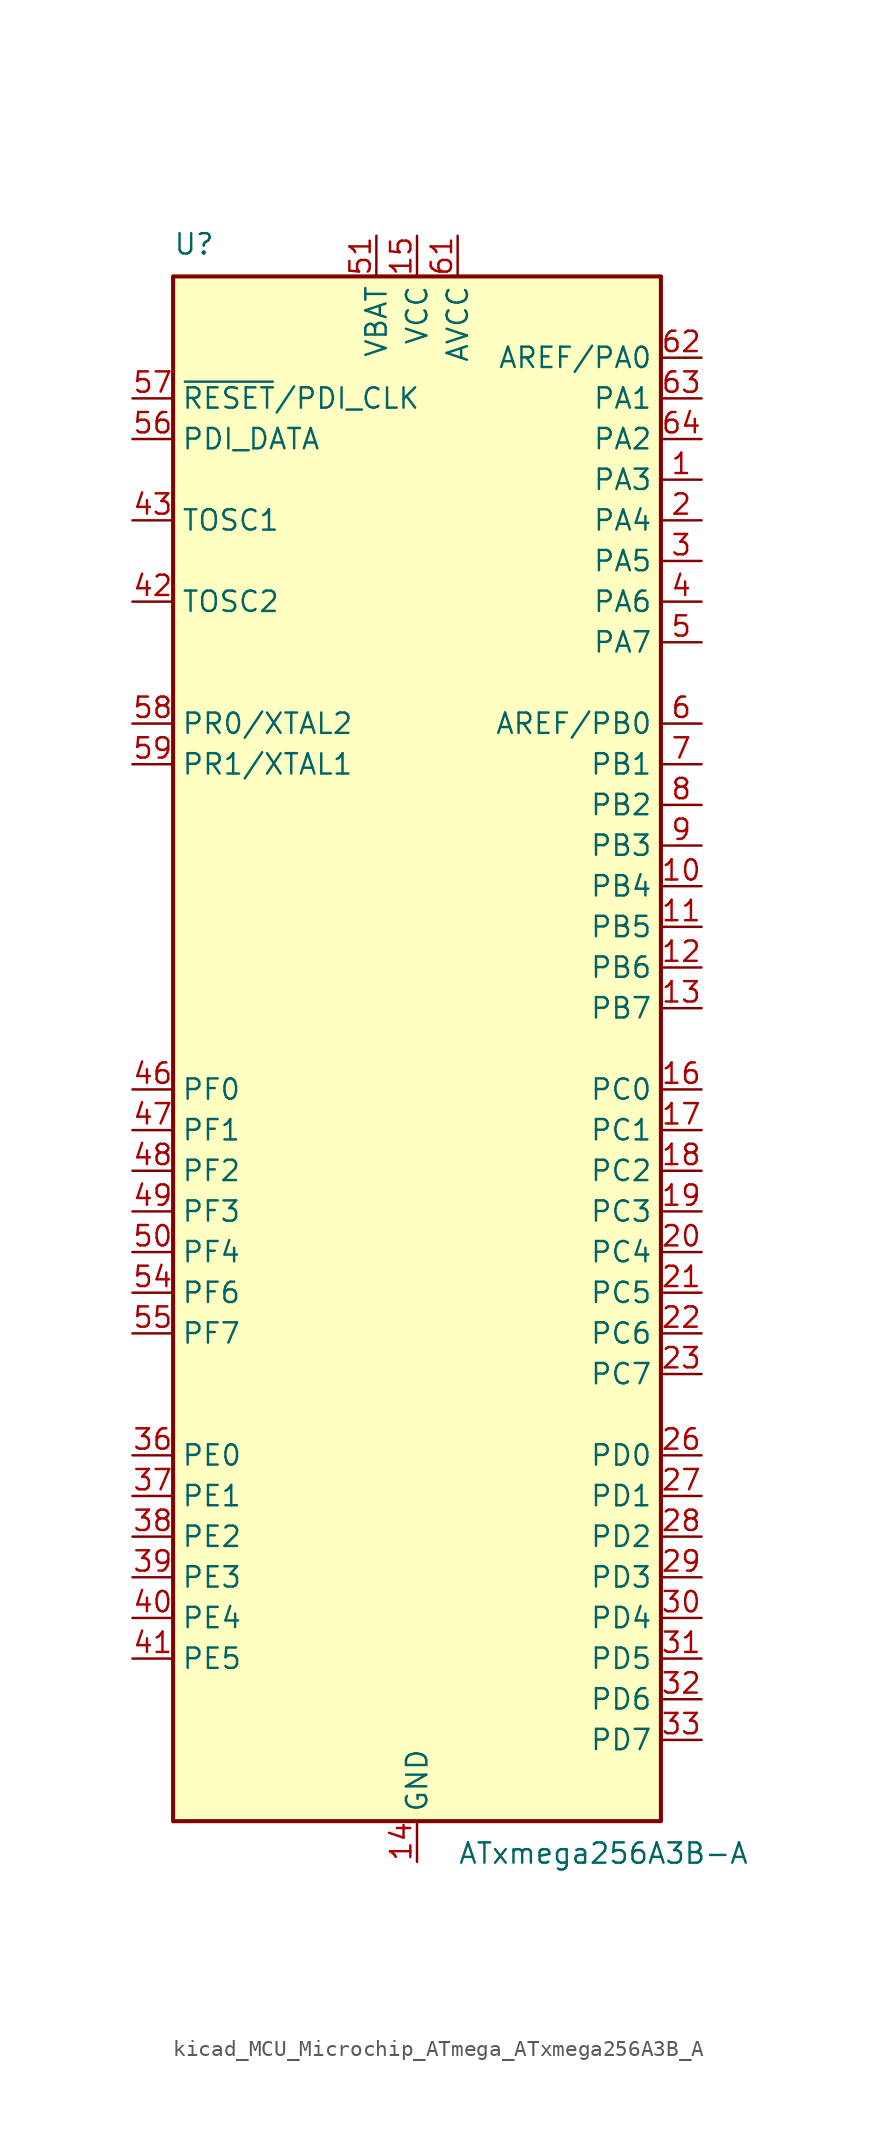
<source format=kicad_sym>
(kicad_symbol_lib
  (version 20220914)
  (generator kicad_symbol_editor)
  (symbol "kicad_MCU_Microchip_ATmega_ATxmega256A3B_A"
    (property "Reference" "U"
      (at -15.24 49.53 0)
      (effects (font (size 1.27 1.27)) (justify left bottom)))
    (property "Value" "ATxmega256A3B-A"
      (at 2.54 -49.53 0)
      (effects (font (size 1.27 1.27)) (justify left top)))
    (symbol "kicad_MCU_Microchip_ATmega_ATxmega256A3B_A_0_1"
      (rectangle (start -15.24 -48.26) (end 15.24 48.26) (stroke (width 0.254) (type default)) (fill (type background))))
    (symbol "kicad_MCU_Microchip_ATmega_ATxmega256A3B_A_1_1"
      (pin bidirectional line (at 17.78 35.56 180) (length 2.54) (name "PA3" (effects (font (size 1.27 1.27)))) (number "1" (effects (font (size 1.27 1.27)))))
      (pin bidirectional line (at 17.78 10.16 180) (length 2.54) (name "PB4" (effects (font (size 1.27 1.27)))) (number "10" (effects (font (size 1.27 1.27)))))
      (pin bidirectional line (at 17.78 7.62 180) (length 2.54) (name "PB5" (effects (font (size 1.27 1.27)))) (number "11" (effects (font (size 1.27 1.27)))))
      (pin bidirectional line (at 17.78 5.08 180) (length 2.54) (name "PB6" (effects (font (size 1.27 1.27)))) (number "12" (effects (font (size 1.27 1.27)))))
      (pin bidirectional line (at 17.78 2.54 180) (length 2.54) (name "PB7" (effects (font (size 1.27 1.27)))) (number "13" (effects (font (size 1.27 1.27)))))
      (pin power_in line (at 0 -50.8 90) (length 2.54) (name "GND" (effects (font (size 1.27 1.27)))) (number "14" (effects (font (size 1.27 1.27)))))
      (pin power_in line (at 0 50.8 270) (length 2.54) (name "VCC" (effects (font (size 1.27 1.27)))) (number "15" (effects (font (size 1.27 1.27)))))
      (pin bidirectional line (at 17.78 -2.54 180) (length 2.54) (name "PC0" (effects (font (size 1.27 1.27)))) (number "16" (effects (font (size 1.27 1.27)))))
      (pin bidirectional line (at 17.78 -5.08 180) (length 2.54) (name "PC1" (effects (font (size 1.27 1.27)))) (number "17" (effects (font (size 1.27 1.27)))))
      (pin bidirectional line (at 17.78 -7.62 180) (length 2.54) (name "PC2" (effects (font (size 1.27 1.27)))) (number "18" (effects (font (size 1.27 1.27)))))
      (pin bidirectional line (at 17.78 -10.16 180) (length 2.54) (name "PC3" (effects (font (size 1.27 1.27)))) (number "19" (effects (font (size 1.27 1.27)))))
      (pin bidirectional line (at 17.78 33.02 180) (length 2.54) (name "PA4" (effects (font (size 1.27 1.27)))) (number "2" (effects (font (size 1.27 1.27)))))
      (pin bidirectional line (at 17.78 -12.7 180) (length 2.54) (name "PC4" (effects (font (size 1.27 1.27)))) (number "20" (effects (font (size 1.27 1.27)))))
      (pin bidirectional line (at 17.78 -15.24 180) (length 2.54) (name "PC5" (effects (font (size 1.27 1.27)))) (number "21" (effects (font (size 1.27 1.27)))))
      (pin bidirectional line (at 17.78 -17.78 180) (length 2.54) (name "PC6" (effects (font (size 1.27 1.27)))) (number "22" (effects (font (size 1.27 1.27)))))
      (pin bidirectional line (at 17.78 -20.32 180) (length 2.54) (name "PC7" (effects (font (size 1.27 1.27)))) (number "23" (effects (font (size 1.27 1.27)))))
      (pin passive line (at 0 -50.8 90) (length 2.54) hide (name "GND" (effects (font (size 1.27 1.27)))) (number "24" (effects (font (size 1.27 1.27)))))
      (pin passive line (at 0 50.8 270) (length 2.54) hide (name "VCC" (effects (font (size 1.27 1.27)))) (number "25" (effects (font (size 1.27 1.27)))))
      (pin bidirectional line (at 17.78 -25.4 180) (length 2.54) (name "PD0" (effects (font (size 1.27 1.27)))) (number "26" (effects (font (size 1.27 1.27)))))
      (pin bidirectional line (at 17.78 -27.94 180) (length 2.54) (name "PD1" (effects (font (size 1.27 1.27)))) (number "27" (effects (font (size 1.27 1.27)))))
      (pin bidirectional line (at 17.78 -30.48 180) (length 2.54) (name "PD2" (effects (font (size 1.27 1.27)))) (number "28" (effects (font (size 1.27 1.27)))))
      (pin bidirectional line (at 17.78 -33.02 180) (length 2.54) (name "PD3" (effects (font (size 1.27 1.27)))) (number "29" (effects (font (size 1.27 1.27)))))
      (pin bidirectional line (at 17.78 30.48 180) (length 2.54) (name "PA5" (effects (font (size 1.27 1.27)))) (number "3" (effects (font (size 1.27 1.27)))))
      (pin bidirectional line (at 17.78 -35.56 180) (length 2.54) (name "PD4" (effects (font (size 1.27 1.27)))) (number "30" (effects (font (size 1.27 1.27)))))
      (pin bidirectional line (at 17.78 -38.1 180) (length 2.54) (name "PD5" (effects (font (size 1.27 1.27)))) (number "31" (effects (font (size 1.27 1.27)))))
      (pin bidirectional line (at 17.78 -40.64 180) (length 2.54) (name "PD6" (effects (font (size 1.27 1.27)))) (number "32" (effects (font (size 1.27 1.27)))))
      (pin bidirectional line (at 17.78 -43.18 180) (length 2.54) (name "PD7" (effects (font (size 1.27 1.27)))) (number "33" (effects (font (size 1.27 1.27)))))
      (pin passive line (at 0 -50.8 90) (length 2.54) hide (name "GND" (effects (font (size 1.27 1.27)))) (number "34" (effects (font (size 1.27 1.27)))))
      (pin passive line (at 0 50.8 270) (length 2.54) hide (name "VCC" (effects (font (size 1.27 1.27)))) (number "35" (effects (font (size 1.27 1.27)))))
      (pin bidirectional line (at -17.78 -25.4 0) (length 2.54) (name "PE0" (effects (font (size 1.27 1.27)))) (number "36" (effects (font (size 1.27 1.27)))))
      (pin bidirectional line (at -17.78 -27.94 0) (length 2.54) (name "PE1" (effects (font (size 1.27 1.27)))) (number "37" (effects (font (size 1.27 1.27)))))
      (pin bidirectional line (at -17.78 -30.48 0) (length 2.54) (name "PE2" (effects (font (size 1.27 1.27)))) (number "38" (effects (font (size 1.27 1.27)))))
      (pin bidirectional line (at -17.78 -33.02 0) (length 2.54) (name "PE3" (effects (font (size 1.27 1.27)))) (number "39" (effects (font (size 1.27 1.27)))))
      (pin bidirectional line (at 17.78 27.94 180) (length 2.54) (name "PA6" (effects (font (size 1.27 1.27)))) (number "4" (effects (font (size 1.27 1.27)))))
      (pin bidirectional line (at -17.78 -35.56 0) (length 2.54) (name "PE4" (effects (font (size 1.27 1.27)))) (number "40" (effects (font (size 1.27 1.27)))))
      (pin bidirectional line (at -17.78 -38.1 0) (length 2.54) (name "PE5" (effects (font (size 1.27 1.27)))) (number "41" (effects (font (size 1.27 1.27)))))
      (pin passive line (at -17.78 27.94 0) (length 2.54) (name "TOSC2" (effects (font (size 1.27 1.27)))) (number "42" (effects (font (size 1.27 1.27)))))
      (pin input line (at -17.78 33.02 0) (length 2.54) (name "TOSC1" (effects (font (size 1.27 1.27)))) (number "43" (effects (font (size 1.27 1.27)))))
      (pin passive line (at 0 -50.8 90) (length 2.54) hide (name "GND" (effects (font (size 1.27 1.27)))) (number "44" (effects (font (size 1.27 1.27)))))
      (pin passive line (at 0 50.8 270) (length 2.54) hide (name "VCC" (effects (font (size 1.27 1.27)))) (number "45" (effects (font (size 1.27 1.27)))))
      (pin bidirectional line (at -17.78 -2.54 0) (length 2.54) (name "PF0" (effects (font (size 1.27 1.27)))) (number "46" (effects (font (size 1.27 1.27)))))
      (pin bidirectional line (at -17.78 -5.08 0) (length 2.54) (name "PF1" (effects (font (size 1.27 1.27)))) (number "47" (effects (font (size 1.27 1.27)))))
      (pin bidirectional line (at -17.78 -7.62 0) (length 2.54) (name "PF2" (effects (font (size 1.27 1.27)))) (number "48" (effects (font (size 1.27 1.27)))))
      (pin bidirectional line (at -17.78 -10.16 0) (length 2.54) (name "PF3" (effects (font (size 1.27 1.27)))) (number "49" (effects (font (size 1.27 1.27)))))
      (pin bidirectional line (at 17.78 25.4 180) (length 2.54) (name "PA7" (effects (font (size 1.27 1.27)))) (number "5" (effects (font (size 1.27 1.27)))))
      (pin bidirectional line (at -17.78 -12.7 0) (length 2.54) (name "PF4" (effects (font (size 1.27 1.27)))) (number "50" (effects (font (size 1.27 1.27)))))
      (pin power_in line (at -2.54 50.8 270) (length 2.54) (name "VBAT" (effects (font (size 1.27 1.27)))) (number "51" (effects (font (size 1.27 1.27)))))
      (pin passive line (at 0 -50.8 90) (length 2.54) hide (name "GND" (effects (font (size 1.27 1.27)))) (number "52" (effects (font (size 1.27 1.27)))))
      (pin passive line (at 0 50.8 270) (length 2.54) hide (name "VCC" (effects (font (size 1.27 1.27)))) (number "53" (effects (font (size 1.27 1.27)))))
      (pin bidirectional line (at -17.78 -15.24 0) (length 2.54) (name "PF6" (effects (font (size 1.27 1.27)))) (number "54" (effects (font (size 1.27 1.27)))))
      (pin bidirectional line (at -17.78 -17.78 0) (length 2.54) (name "PF7" (effects (font (size 1.27 1.27)))) (number "55" (effects (font (size 1.27 1.27)))))
      (pin bidirectional line (at -17.78 38.1 0) (length 2.54) (name "PDI_DATA" (effects (font (size 1.27 1.27)))) (number "56" (effects (font (size 1.27 1.27)))))
      (pin input line (at -17.78 40.64 0) (length 2.54) (name "~{RESET}/PDI_CLK" (effects (font (size 1.27 1.27)))) (number "57" (effects (font (size 1.27 1.27)))))
      (pin bidirectional line (at -17.78 20.32 0) (length 2.54) (name "PR0/XTAL2" (effects (font (size 1.27 1.27)))) (number "58" (effects (font (size 1.27 1.27)))))
      (pin bidirectional line (at -17.78 17.78 0) (length 2.54) (name "PR1/XTAL1" (effects (font (size 1.27 1.27)))) (number "59" (effects (font (size 1.27 1.27)))))
      (pin bidirectional line (at 17.78 20.32 180) (length 2.54) (name "AREF/PB0" (effects (font (size 1.27 1.27)))) (number "6" (effects (font (size 1.27 1.27)))))
      (pin passive line (at 0 -50.8 90) (length 2.54) hide (name "GND" (effects (font (size 1.27 1.27)))) (number "60" (effects (font (size 1.27 1.27)))))
      (pin power_in line (at 2.54 50.8 270) (length 2.54) (name "AVCC" (effects (font (size 1.27 1.27)))) (number "61" (effects (font (size 1.27 1.27)))))
      (pin bidirectional line (at 17.78 43.18 180) (length 2.54) (name "AREF/PA0" (effects (font (size 1.27 1.27)))) (number "62" (effects (font (size 1.27 1.27)))))
      (pin bidirectional line (at 17.78 40.64 180) (length 2.54) (name "PA1" (effects (font (size 1.27 1.27)))) (number "63" (effects (font (size 1.27 1.27)))))
      (pin bidirectional line (at 17.78 38.1 180) (length 2.54) (name "PA2" (effects (font (size 1.27 1.27)))) (number "64" (effects (font (size 1.27 1.27)))))
      (pin bidirectional line (at 17.78 17.78 180) (length 2.54) (name "PB1" (effects (font (size 1.27 1.27)))) (number "7" (effects (font (size 1.27 1.27)))))
      (pin bidirectional line (at 17.78 15.24 180) (length 2.54) (name "PB2" (effects (font (size 1.27 1.27)))) (number "8" (effects (font (size 1.27 1.27)))))
      (pin bidirectional line (at 17.78 12.7 180) (length 2.54) (name "PB3" (effects (font (size 1.27 1.27)))) (number "9" (effects (font (size 1.27 1.27))))))))
</source>
